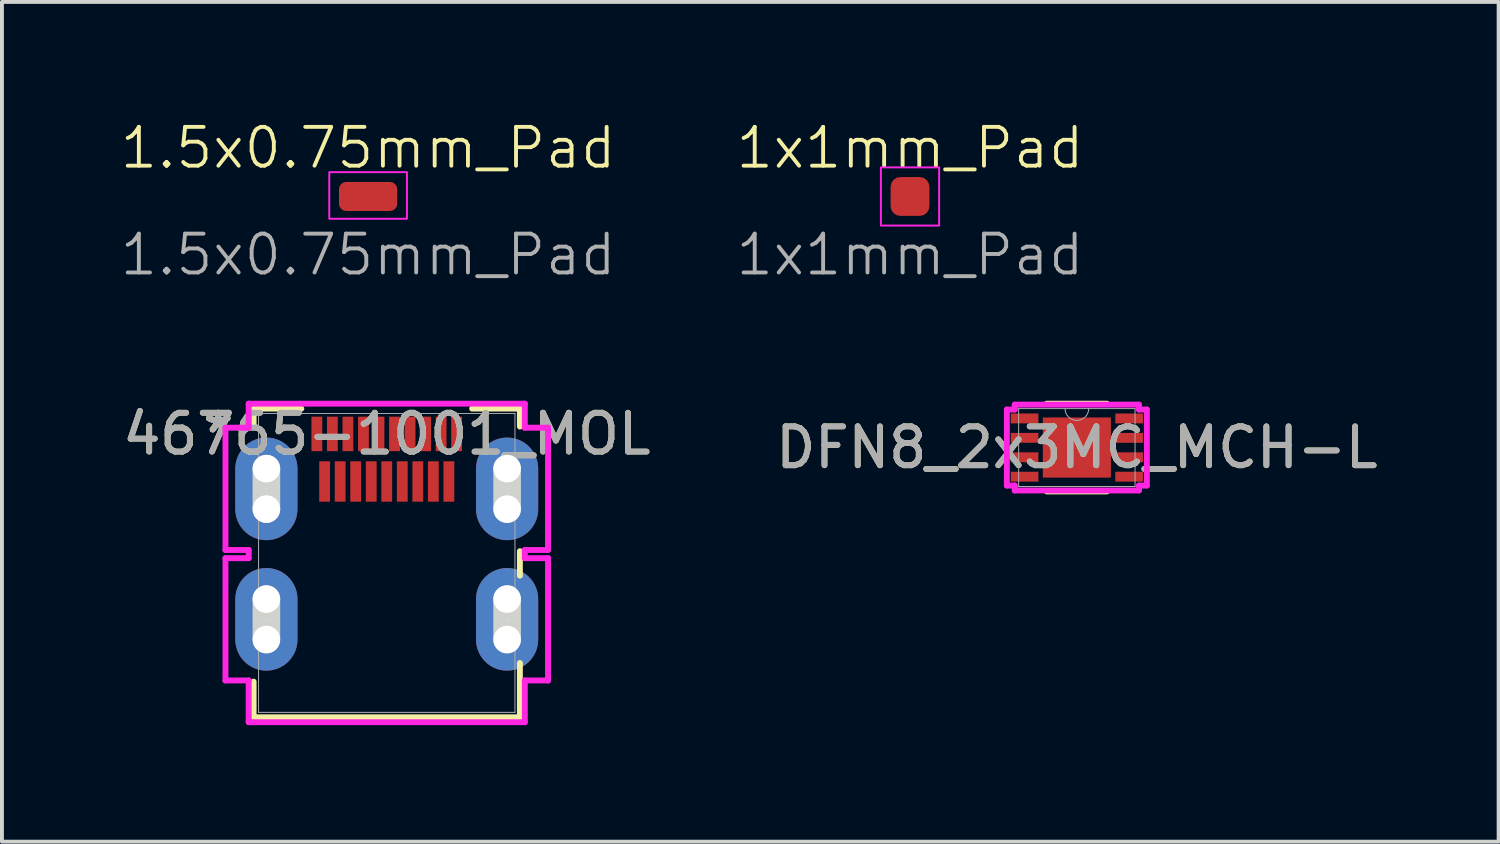
<source format=kicad_pcb>
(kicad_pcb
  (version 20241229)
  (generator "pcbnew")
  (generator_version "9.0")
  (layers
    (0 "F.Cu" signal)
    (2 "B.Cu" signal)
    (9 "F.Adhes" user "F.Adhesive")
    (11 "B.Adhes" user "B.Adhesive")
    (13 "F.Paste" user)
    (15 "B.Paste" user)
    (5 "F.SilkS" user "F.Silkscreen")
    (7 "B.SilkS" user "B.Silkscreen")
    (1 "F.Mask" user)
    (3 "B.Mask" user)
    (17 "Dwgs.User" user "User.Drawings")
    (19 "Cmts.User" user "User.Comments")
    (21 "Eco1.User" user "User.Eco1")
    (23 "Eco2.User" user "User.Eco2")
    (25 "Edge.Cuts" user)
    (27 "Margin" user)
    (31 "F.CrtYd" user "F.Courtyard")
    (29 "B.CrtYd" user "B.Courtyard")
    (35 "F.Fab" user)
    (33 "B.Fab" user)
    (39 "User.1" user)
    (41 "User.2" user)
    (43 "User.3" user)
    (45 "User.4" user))
  (footprint "46765-1001_MOL"
    (layer "F.Cu")
    (at 6.911 11.449)
    (property "Reference" "46765-1001_MOL" (at 0 -3.323 0) (unlocked yes) (layer "F.SilkS") (effects (font (size 1 1) (thickness 0.15))))
    (attr smd)
    (fp_line (start -3.429 -3.975) (end -3.429 -3.513) (stroke (width 0.152) (type solid)) (layer "F.SilkS"))
    (fp_line (start -3.429 3.057) (end -3.429 3.975) (stroke (width 0.152) (type solid)) (layer "F.SilkS"))
    (fp_line (start -3.429 3.975) (end 3.429 3.975) (stroke (width 0.152) (type solid)) (layer "F.SilkS"))
    (fp_line (start -2.2 -3.975) (end -3.429 -3.975) (stroke (width 0.152) (type solid)) (layer "F.SilkS"))
    (fp_line (start 3.429 -3.975) (end 2.2 -3.975) (stroke (width 0.152) (type solid)) (layer "F.SilkS"))
    (fp_line (start 3.429 -3.513) (end 3.429 -3.975) (stroke (width 0.152) (type solid)) (layer "F.SilkS"))
    (fp_line (start 3.429 0.327) (end 3.429 -0.303) (stroke (width 0.152) (type solid)) (layer "F.SilkS"))
    (fp_line (start 3.429 3.975) (end 3.429 2.577) (stroke (width 0.152) (type solid)) (layer "F.SilkS"))
    (fp_line (start -3.1 -1.387) (end -3.1 -2.429) (stroke (width 0.711) (type solid)) (layer "Edge.Cuts"))
    (fp_line (start -3.1 1.973) (end -3.1 0.931) (stroke (width 0.711) (type solid)) (layer "Edge.Cuts"))
    (fp_line (start 3.1 -1.387) (end 3.1 -2.429) (stroke (width 0.711) (type solid)) (layer "Edge.Cuts"))
    (fp_line (start 3.1 1.973) (end 3.1 0.931) (stroke (width 0.711) (type solid)) (layer "Edge.Cuts"))
    (fp_line (start -4.154 -3.483) (end -4.154 -0.333) (stroke (width 0.152) (type solid)) (layer "F.CrtYd"))
    (fp_line (start -4.154 -0.333) (end -3.556 -0.333) (stroke (width 0.152) (type solid)) (layer "F.CrtYd"))
    (fp_line (start -4.154 -0.123) (end -4.154 3.027) (stroke (width 0.152) (type solid)) (layer "F.CrtYd"))
    (fp_line (start -4.154 3.027) (end -3.556 3.027) (stroke (width 0.152) (type solid)) (layer "F.CrtYd"))
    (fp_line (start -3.556 -4.102) (end -3.556 -3.483) (stroke (width 0.152) (type solid)) (layer "F.CrtYd"))
    (fp_line (start -3.556 -3.483) (end -4.154 -3.483) (stroke (width 0.152) (type solid)) (layer "F.CrtYd"))
    (fp_line (start -3.556 -0.333) (end -3.556 -0.123) (stroke (width 0.152) (type solid)) (layer "F.CrtYd"))
    (fp_line (start -3.556 -0.123) (end -4.154 -0.123) (stroke (width 0.152) (type solid)) (layer "F.CrtYd"))
    (fp_line (start -3.556 3.027) (end -3.556 4.102) (stroke (width 0.152) (type solid)) (layer "F.CrtYd"))
    (fp_line (start -3.556 4.102) (end 3.556 4.102) (stroke (width 0.152) (type solid)) (layer "F.CrtYd"))
    (fp_line (start 3.556 -4.102) (end -3.556 -4.102) (stroke (width 0.152) (type solid)) (layer "F.CrtYd"))
    (fp_line (start 3.556 -3.483) (end 3.556 -4.102) (stroke (width 0.152) (type solid)) (layer "F.CrtYd"))
    (fp_line (start 3.556 -0.333) (end 4.154 -0.333) (stroke (width 0.152) (type solid)) (layer "F.CrtYd"))
    (fp_line (start 3.556 -0.123) (end 3.556 -0.333) (stroke (width 0.152) (type solid)) (layer "F.CrtYd"))
    (fp_line (start 3.556 3.027) (end 4.154 3.027) (stroke (width 0.152) (type solid)) (layer "F.CrtYd"))
    (fp_line (start 3.556 4.102) (end 3.556 3.027) (stroke (width 0.152) (type solid)) (layer "F.CrtYd"))
    (fp_line (start 4.154 -3.483) (end 3.556 -3.483) (stroke (width 0.152) (type solid)) (layer "F.CrtYd"))
    (fp_line (start 4.154 -0.333) (end 4.154 -3.483) (stroke (width 0.152) (type solid)) (layer "F.CrtYd"))
    (fp_line (start 4.154 -0.123) (end 3.556 -0.123) (stroke (width 0.152) (type solid)) (layer "F.CrtYd"))
    (fp_line (start 4.154 3.027) (end 4.154 -0.123) (stroke (width 0.152) (type solid)) (layer "F.CrtYd"))
    (fp_line (start -3.302 -3.848) (end -3.302 3.848) (stroke (width 0.025) (type solid)) (layer "F.Fab"))
    (fp_line (start -3.302 3.848) (end 3.302 3.848) (stroke (width 0.025) (type solid)) (layer "F.Fab"))
    (fp_line (start 0 -3.848) (end 0 -3.848) (stroke (width 0.025) (type solid)) (layer "F.Fab"))
    (fp_line (start 0 -3.848) (end 0 -3.848) (stroke (width 0.025) (type solid)) (layer "F.Fab"))
    (fp_line (start 0 -3.848) (end 0 -3.848) (stroke (width 0.025) (type solid)) (layer "F.Fab"))
    (fp_line (start 0 -3.848) (end 0 -3.848) (stroke (width 0.025) (type solid)) (layer "F.Fab"))
    (fp_line (start 3.302 -3.848) (end -3.302 -3.848) (stroke (width 0.025) (type solid)) (layer "F.Fab"))
    (fp_line (start 3.302 3.848) (end 3.302 -3.848) (stroke (width 0.025) (type solid)) (layer "F.Fab"))
    (fp_text user "*" (at -4.34 -3.323 0) (layer "F.SilkS") (effects (font (size 1 1) (thickness 0.15))))
    (fp_text user "*" (at -4.34 -3.323 0) (unlocked yes) (layer "F.SilkS") (effects (font (size 1 1) (thickness 0.15))))
    (fp_text user "*" (at -4.34 -3.323 0) (unlocked yes) (layer "F.Fab") (effects (font (size 1 1) (thickness 0.15))))
    (fp_text user "${REFERENCE}" (at 0 -3.323 0) (unlocked yes) (layer "F.Fab") (effects (font (size 1 1) (thickness 0.15))))
    (fp_text user "*" (at -4.34 -3.323 0) (layer "F.Fab") (effects (font (size 1 1) (thickness 0.15))))
    (pad "" np_thru_hole circle (at -3.1 -2.429) (size 0.711 0.711) (drill 0.711) (layers "*.Cu" "*.Mask"))
    (pad "" np_thru_hole circle (at -3.1 -1.387) (size 0.711 0.711) (drill 0.711) (layers "*.Cu" "*.Mask"))
    (pad "" np_thru_hole circle (at -3.1 0.931) (size 0.711 0.711) (drill 0.711) (layers "*.Cu" "*.Mask"))
    (pad "" np_thru_hole circle (at -3.1 1.973) (size 0.711 0.711) (drill 0.711) (layers "*.Cu" "*.Mask"))
    (pad "" np_thru_hole circle (at 3.1 -2.429) (size 0.711 0.711) (drill 0.711) (layers "*.Cu" "*.Mask"))
    (pad "" np_thru_hole circle (at 3.1 -1.387) (size 0.711 0.711) (drill 0.711) (layers "*.Cu" "*.Mask"))
    (pad "" np_thru_hole circle (at 3.1 0.931) (size 0.711 0.711) (drill 0.711) (layers "*.Cu" "*.Mask"))
    (pad "" np_thru_hole circle (at 3.1 1.973) (size 0.711 0.711) (drill 0.711) (layers "*.Cu" "*.Mask"))
    (pad "1" smd rect (at 1.8 -3.323) (size 0.279 0.889) (layers "F.Cu" "F.Mask" "F.Paste"))
    (pad "2" smd rect (at 1.6 -2.098) (size 0.279 1.041) (layers "F.Cu" "F.Mask" "F.Paste"))
    (pad "3" smd rect (at 1.4 -3.323) (size 0.279 0.889) (layers "F.Cu" "F.Mask" "F.Paste"))
    (pad "4" smd rect (at 1.2 -2.098) (size 0.279 1.041) (layers "F.Cu" "F.Mask" "F.Paste"))
    (pad "5" smd rect (at 1 -3.323) (size 0.279 0.889) (layers "F.Cu" "F.Mask" "F.Paste"))
    (pad "6" smd rect (at 0.8 -2.098) (size 0.279 1.041) (layers "F.Cu" "F.Mask" "F.Paste"))
    (pad "7" smd rect (at 0.6 -3.323) (size 0.279 0.889) (layers "F.Cu" "F.Mask" "F.Paste"))
    (pad "8" smd rect (at 0.4 -2.098) (size 0.279 1.041) (layers "F.Cu" "F.Mask" "F.Paste"))
    (pad "9" smd rect (at 0.2 -3.323) (size 0.279 0.889) (layers "F.Cu" "F.Mask" "F.Paste"))
    (pad "10" smd rect (at 0 -2.098) (size 0.279 1.041) (layers "F.Cu" "F.Mask" "F.Paste"))
    (pad "11" smd rect (at -0.2 -3.323) (size 0.279 0.889) (layers "F.Cu" "F.Mask" "F.Paste"))
    (pad "12" smd rect (at -0.4 -2.098) (size 0.279 1.041) (layers "F.Cu" "F.Mask" "F.Paste"))
    (pad "13" smd rect (at -0.6 -3.323) (size 0.279 0.889) (layers "F.Cu" "F.Mask" "F.Paste"))
    (pad "14" smd rect (at -0.8 -2.098) (size 0.279 1.041) (layers "F.Cu" "F.Mask" "F.Paste"))
    (pad "15" smd rect (at -1 -3.323) (size 0.279 0.889) (layers "F.Cu" "F.Mask" "F.Paste"))
    (pad "16" smd rect (at -1.2 -2.098) (size 0.279 1.041) (layers "F.Cu" "F.Mask" "F.Paste"))
    (pad "17" smd rect (at -1.4 -3.323) (size 0.279 0.889) (layers "F.Cu" "F.Mask" "F.Paste"))
    (pad "18" smd rect (at -1.6 -2.098) (size 0.279 1.041) (layers "F.Cu" "F.Mask" "F.Paste"))
    (pad "19" smd rect (at -1.8 -3.323) (size 0.279 0.889) (layers "F.Cu" "F.Mask" "F.Paste"))
    (pad "SH" thru_hole oval (at -3.1 -1.908 90) (size 2.642 1.6) (drill 0.025) (layers "*.Cu" "*.Mask"))
    (pad "SH" thru_hole oval (at -3.1 1.452 90) (size 2.642 1.6) (drill 0.025) (layers "*.Cu" "*.Mask"))
    (pad "SH" thru_hole oval (at 3.1 -1.908 90) (size 2.642 1.6) (drill 0.025) (layers "*.Cu" "*.Mask"))
    (pad "SH" thru_hole oval (at 3.1 1.452 90) (size 2.642 1.6) (drill 0.025) (layers "*.Cu" "*.Mask")))
  (footprint "1x1mm_Pad"
    (layer "F.Cu")
    (at 20.388 2.01)
    (property "Reference" "1x1mm_Pad" (at 0 1.5 0) (unlocked yes) (layer "F.Fab") (effects (font (size 1 1) (thickness 0.1))))
    (property "Value" "1x1mm_Pad" (at 0 3.25 0) (unlocked yes) (layer "F.Fab") (hide yes) (effects (font (size 1 1) (thickness 0.15))))
    (attr smd)
    (fp_rect (start -0.75 -0.75) (end 0.75 0.75) (stroke (width 0.05) (type default)) (fill no) (layer "F.CrtYd"))
    (fp_text user "${VALUE}" (at 0 -1.25 0) (unlocked yes) (layer "F.SilkS") (effects (font (size 1 1) (thickness 0.1))))
    (pad "1" smd roundrect (at 0 0) (size 1 1) (layers "F.Cu" "F.Mask") (roundrect_rratio 0.25)))
  (footprint "DFN8_2x3MC_MCH-L"
    (layer "F.Cu")
    (at 24.685 8.477)
    (property "Reference" "DFN8_2x3MC_MCH-L" (at 0 0 0) (unlocked yes) (layer "F.SilkS") (effects (font (size 1 1) (thickness 0.15))))
    (attr smd)
    (fp_line (start -0.775 1.13) (end 0.775 1.13) (stroke (width 0.152) (type solid)) (layer "F.SilkS"))
    (fp_line (start 0.775 -1.13) (end -0.775 -1.13) (stroke (width 0.152) (type solid)) (layer "F.SilkS"))
    (fp_line (start -1.803 -0.979) (end -1.6 -0.979) (stroke (width 0.152) (type solid)) (layer "F.CrtYd"))
    (fp_line (start -1.803 0.979) (end -1.803 -0.979) (stroke (width 0.152) (type solid)) (layer "F.CrtYd"))
    (fp_line (start -1.803 0.979) (end -1.6 0.979) (stroke (width 0.152) (type solid)) (layer "F.CrtYd"))
    (fp_line (start -1.6 -1.105) (end 1.6 -1.105) (stroke (width 0.152) (type solid)) (layer "F.CrtYd"))
    (fp_line (start -1.6 -0.979) (end -1.6 -1.105) (stroke (width 0.152) (type solid)) (layer "F.CrtYd"))
    (fp_line (start -1.6 1.105) (end -1.6 0.979) (stroke (width 0.152) (type solid)) (layer "F.CrtYd"))
    (fp_line (start 1.6 -1.105) (end 1.6 -0.979) (stroke (width 0.152) (type solid)) (layer "F.CrtYd"))
    (fp_line (start 1.6 0.979) (end 1.6 1.105) (stroke (width 0.152) (type solid)) (layer "F.CrtYd"))
    (fp_line (start 1.6 1.105) (end -1.6 1.105) (stroke (width 0.152) (type solid)) (layer "F.CrtYd"))
    (fp_line (start 1.803 -0.979) (end 1.6 -0.979) (stroke (width 0.152) (type solid)) (layer "F.CrtYd"))
    (fp_line (start 1.803 -0.979) (end 1.803 0.979) (stroke (width 0.152) (type solid)) (layer "F.CrtYd"))
    (fp_line (start 1.803 0.979) (end 1.6 0.979) (stroke (width 0.152) (type solid)) (layer "F.CrtYd"))
    (fp_line (start -1.499 -1.003) (end -1.499 1.003) (stroke (width 0.025) (type solid)) (layer "F.Fab"))
    (fp_line (start -1.499 1.003) (end 1.499 1.003) (stroke (width 0.025) (type solid)) (layer "F.Fab"))
    (fp_line (start 1.499 -1.003) (end -1.499 -1.003) (stroke (width 0.025) (type solid)) (layer "F.Fab"))
    (fp_line (start 1.499 1.003) (end 1.499 -1.003) (stroke (width 0.025) (type solid)) (layer "F.Fab"))
    (fp_arc (start 0.3048 -1.0033) (mid 0 -0.6985) (end -0.3048 -1.0033) (stroke (width 0.0254) (type solid)) (layer "F.Fab"))
    (fp_text user "${REFERENCE}" (at 0 0 0) (unlocked yes) (layer "F.Fab") (effects (font (size 1 1) (thickness 0.15))))
    (pad "1" smd rect (at -1.346 -0.75) (size 0.711 0.254) (layers "F.Cu" "F.Mask" "F.Paste"))
    (pad "2" smd rect (at -1.346 -0.25) (size 0.711 0.254) (layers "F.Cu" "F.Mask" "F.Paste"))
    (pad "3" smd rect (at -1.346 0.25) (size 0.711 0.254) (layers "F.Cu" "F.Mask" "F.Paste"))
    (pad "4" smd rect (at -1.346 0.75) (size 0.711 0.254) (layers "F.Cu" "F.Mask" "F.Paste"))
    (pad "5" smd rect (at 1.346 0.75) (size 0.711 0.254) (layers "F.Cu" "F.Mask" "F.Paste"))
    (pad "6" smd rect (at 1.346 0.25) (size 0.711 0.254) (layers "F.Cu" "F.Mask" "F.Paste"))
    (pad "7" smd rect (at 1.346 -0.25) (size 0.711 0.254) (layers "F.Cu" "F.Mask" "F.Paste"))
    (pad "8" smd rect (at 1.346 -0.75) (size 0.711 0.254) (layers "F.Cu" "F.Mask" "F.Paste"))
    (pad "9" smd rect (at 0 0) (size 1.753 1.549) (layers "F.Cu" "F.Mask" "F.Paste")))
  (footprint "1.5x0.75mm_Pad"
    (layer "F.Cu")
    (at 6.431 2.01)
    (property "Reference" "1.5x0.75mm_Pad" (at 0 1.5 0) (unlocked yes) (layer "F.Fab") (effects (font (size 1 1) (thickness 0.1))))
    (property "Value" "1.5x0.75mm_Pad" (at 0 3.25 0) (unlocked yes) (layer "F.Fab") (hide yes) (effects (font (size 1 1) (thickness 0.15))))
    (attr smd)
    (fp_rect (start -1 -0.625) (end 1 0.575) (stroke (width 0.05) (type default)) (fill no) (layer "F.CrtYd"))
    (fp_text user "${VALUE}" (at 0 -1.25 0) (unlocked yes) (layer "F.SilkS") (effects (font (size 1 1) (thickness 0.1))))
    (pad "1" smd roundrect (at 0 0) (size 1.5 0.75) (layers "F.Cu" "F.Mask") (roundrect_rratio 0.25)))
  (gr_rect
    (start -3 -3)
    (end 35.548 18.628)
    (stroke (width 0.1) (type default))
    (fill no)
    (layer "Edge.Cuts")))
</source>
